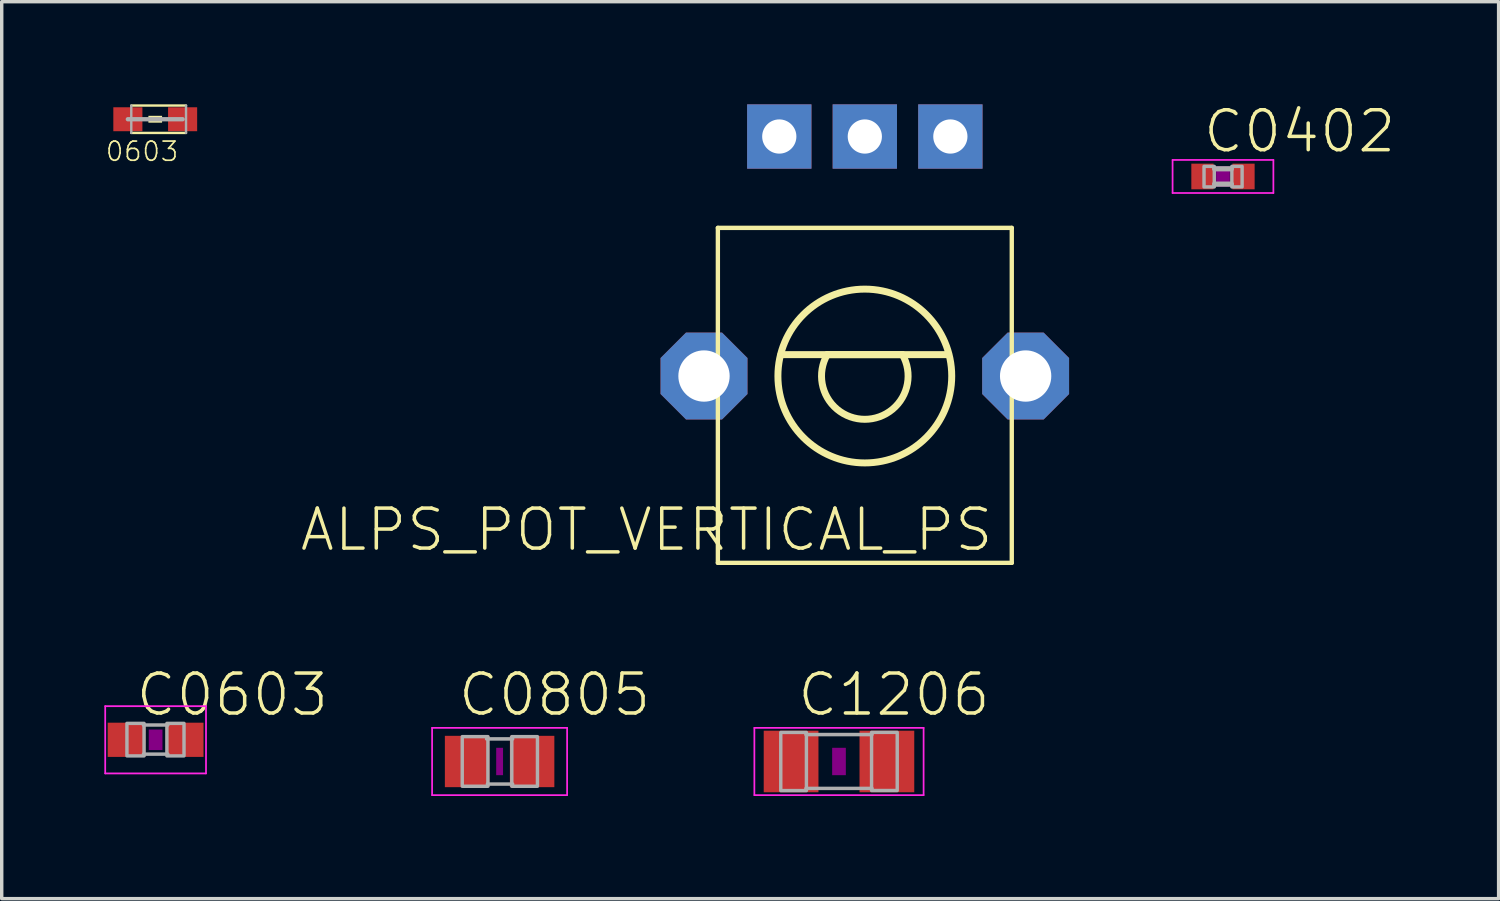
<source format=kicad_pcb>
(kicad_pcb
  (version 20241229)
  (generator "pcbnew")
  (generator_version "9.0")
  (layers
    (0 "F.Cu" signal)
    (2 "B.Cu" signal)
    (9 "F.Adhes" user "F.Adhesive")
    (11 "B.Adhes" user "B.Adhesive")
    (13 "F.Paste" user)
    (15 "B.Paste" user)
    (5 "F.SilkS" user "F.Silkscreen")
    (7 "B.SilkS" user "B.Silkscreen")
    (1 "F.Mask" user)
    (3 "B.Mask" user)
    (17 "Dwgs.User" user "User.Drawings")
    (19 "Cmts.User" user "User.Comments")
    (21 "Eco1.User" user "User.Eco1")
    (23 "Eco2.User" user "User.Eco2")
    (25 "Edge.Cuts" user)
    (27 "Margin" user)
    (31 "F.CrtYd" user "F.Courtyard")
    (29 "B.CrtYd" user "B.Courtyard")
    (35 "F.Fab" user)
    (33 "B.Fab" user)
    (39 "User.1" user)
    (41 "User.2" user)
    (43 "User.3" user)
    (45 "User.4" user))
  (footprint "ALPS_POT_VERTICAL_PS"
    (layer "F.Cu")
    (at 22.226 7.94)
    (property "Reference" "ALPS_POT_VERTICAL_PS" (at 3.81 3.81 0) (layer "F.SilkS") (effects (font (size 1.168 1.168) (thickness 0.102)) (justify right top)))
    (fp_line (start -4.295 -4.33) (end 4.295 -4.33) (stroke (width 0.127) (type solid)) (layer "F.SilkS"))
    (fp_line (start -4.295 5.46) (end -4.295 -4.33) (stroke (width 0.127) (type solid)) (layer "F.SilkS"))
    (fp_line (start -2.45 -0.625) (end 2.425 -0.625) (stroke (width 0.203) (type solid)) (layer "F.SilkS"))
    (fp_line (start -1.1 -0.625) (end 1.1 -0.625) (stroke (width 0.203) (type solid)) (layer "F.SilkS"))
    (fp_line (start 4.295 -4.33) (end 4.295 5.46) (stroke (width 0.127) (type solid)) (layer "F.SilkS"))
    (fp_line (start 4.295 5.46) (end -4.295 5.46) (stroke (width 0.127) (type solid)) (layer "F.SilkS"))
    (fp_arc (start 1.1 -0.625) (mid 0 1.265158) (end -1.1 -0.625) (stroke (width 0.2032) (type solid)) (layer "F.SilkS"))
    (fp_circle (center 0 0) (end 2.54 0) (stroke (width 0.203) (type solid)) (fill no) (layer "F.SilkS"))
    (pad "P$1" thru_hole rect (at -2.5 -7 270) (size 1.88 1.88) (drill 1) (layers "*.Cu" "*.Mask"))
    (pad "P$2" thru_hole rect (at 0 -7 270) (size 1.88 1.88) (drill 1) (layers "*.Cu" "*.Mask"))
    (pad "P$3" thru_hole rect (at 2.5 -7 270) (size 1.88 1.88) (drill 1) (layers "*.Cu" "*.Mask"))
    (pad "P$4" thru_hole roundrect (at -4.7 0 270) (size 2.54 2.54) (drill 1.5) (layers "*.Cu" "*.Mask") (roundrect_rratio 0.25) (chamfer_ratio 0.293) (chamfer top_left top_right bottom_left bottom_right))
    (pad "P$5" thru_hole roundrect (at 4.7 0 270) (size 2.54 2.54) (drill 1.5) (layers "*.Cu" "*.Mask") (roundrect_rratio 0.25) (chamfer_ratio 0.293) (chamfer top_left top_right bottom_left bottom_right)))
  (footprint "C0402"
    (layer "F.Cu")
    (at 32.694 2.108)
    (property "Reference" "C0402" (at -0.635 -0.635 0) (layer "F.SilkS") (effects (font (size 1.168 1.168) (thickness 0.102)) (justify left bottom)))
    (fp_poly (pts (xy -0.2 0.3) (xy 0.2 0.3) (xy 0.2 -0.3) (xy -0.2 -0.3)) (stroke (width 0) (type solid)) (fill yes) (layer "F.Adhes"))
    (fp_line (start -1.473 -0.483) (end 1.473 -0.483) (stroke (width 0.051) (type solid)) (layer "F.CrtYd"))
    (fp_line (start -1.473 0.483) (end -1.473 -0.483) (stroke (width 0.051) (type solid)) (layer "F.CrtYd"))
    (fp_line (start 1.473 -0.483) (end 1.473 0.483) (stroke (width 0.051) (type solid)) (layer "F.CrtYd"))
    (fp_line (start 1.473 0.483) (end -1.473 0.483) (stroke (width 0.051) (type solid)) (layer "F.CrtYd"))
    (fp_line (start -0.245 -0.224) (end 0.245 -0.224) (stroke (width 0.152) (type solid)) (layer "F.Fab"))
    (fp_line (start 0.245 0.224) (end -0.245 0.224) (stroke (width 0.152) (type solid)) (layer "F.Fab"))
    (fp_poly (pts (xy -0.554 0.305) (xy -0.254 0.305) (xy -0.254 -0.295) (xy -0.554 -0.295)) (stroke (width 0.1) (type solid)) (fill no) (layer "F.Fab"))
    (fp_poly (pts (xy 0.259 0.305) (xy 0.559 0.305) (xy 0.559 -0.295) (xy 0.259 -0.295)) (stroke (width 0.1) (type solid)) (fill no) (layer "F.Fab"))
    (pad "1" smd rect (at -0.6 0) (size 0.65 0.75) (layers "F.Cu" "F.Mask" "F.Paste"))
    (pad "2" smd rect (at 0.6 0) (size 0.65 0.75) (layers "F.Cu" "F.Mask" "F.Paste")))
  (footprint "0603"
    (layer "F.Cu")
    (at 1.587 0.435)
    (property "Reference" "0603" (at -1.587 1.27 0) (layer "F.SilkS") (effects (font (size 0.561 0.561) (thickness 0.049)) (justify left bottom)))
    (fp_line (start -0.8 -0.4) (end 0.8 -0.4) (stroke (width 0.07) (type solid)) (layer "F.SilkS"))
    (fp_line (start 0.8 0.4) (end -0.8 0.4) (stroke (width 0.07) (type solid)) (layer "F.SilkS"))
    (fp_poly (pts (xy -0.3 0.1) (xy 0.1 0.1) (xy 0.1 -0.1) (xy -0.3 -0.1)) (stroke (width 0) (type solid)) (fill yes) (layer "F.SilkS"))
    (fp_line (start -0.9 0) (end 0.7 0) (stroke (width 0.127) (type solid)) (layer "F.Fab"))
    (fp_line (start -0.8 0.4) (end -0.8 -0.4) (stroke (width 0.07) (type solid)) (layer "F.Fab"))
    (fp_line (start 0.8 -0.4) (end 0.8 0.4) (stroke (width 0.07) (type solid)) (layer "F.Fab"))
    (pad "1" smd rect (at -0.9 0) (size 0.85 0.7) (layers "F.Cu" "F.Mask" "F.Paste"))
    (pad "2" smd rect (at 0.7 0) (size 0.85 0.7) (layers "F.Cu" "F.Mask" "F.Paste")))
  (footprint "C0805"
    (layer "F.Cu")
    (at 11.552 19.206)
    (property "Reference" "C0805" (at -1.27 -1.27 0) (layer "F.SilkS") (effects (font (size 1.168 1.168) (thickness 0.102)) (justify left bottom)))
    (fp_poly (pts (xy -0.1 0.4) (xy 0.1 0.4) (xy 0.1 -0.4) (xy -0.1 -0.4)) (stroke (width 0) (type solid)) (fill yes) (layer "F.Adhes"))
    (fp_line (start -1.973 -0.983) (end 1.973 -0.983) (stroke (width 0.051) (type solid)) (layer "F.CrtYd"))
    (fp_line (start -1.973 0.983) (end -1.973 -0.983) (stroke (width 0.051) (type solid)) (layer "F.CrtYd"))
    (fp_line (start 1.973 -0.983) (end 1.973 0.983) (stroke (width 0.051) (type solid)) (layer "F.CrtYd"))
    (fp_line (start 1.973 0.983) (end -1.973 0.983) (stroke (width 0.051) (type solid)) (layer "F.CrtYd"))
    (fp_line (start -0.381 -0.66) (end 0.381 -0.66) (stroke (width 0.102) (type solid)) (layer "F.Fab"))
    (fp_line (start -0.356 0.66) (end 0.381 0.66) (stroke (width 0.102) (type solid)) (layer "F.Fab"))
    (fp_poly (pts (xy -1.092 0.724) (xy -0.342 0.724) (xy -0.342 -0.726) (xy -1.092 -0.726)) (stroke (width 0.1) (type solid)) (fill no) (layer "F.Fab"))
    (fp_poly (pts (xy 0.356 0.724) (xy 1.106 0.724) (xy 1.106 -0.726) (xy 0.356 -0.726)) (stroke (width 0.1) (type solid)) (fill no) (layer "F.Fab"))
    (pad "1" smd rect (at -0.95 0) (size 1.3 1.5) (layers "F.Cu" "F.Mask" "F.Paste"))
    (pad "2" smd rect (at 0.95 0) (size 1.3 1.5) (layers "F.Cu" "F.Mask" "F.Paste")))
  (footprint "C1206"
    (layer "F.Cu")
    (at 21.471 19.206)
    (property "Reference" "C1206" (at -1.27 -1.27 0) (layer "F.SilkS") (effects (font (size 1.168 1.168) (thickness 0.102)) (justify left bottom)))
    (fp_poly (pts (xy -0.2 0.4) (xy 0.2 0.4) (xy 0.2 -0.4) (xy -0.2 -0.4)) (stroke (width 0) (type solid)) (fill yes) (layer "F.Adhes"))
    (fp_line (start -2.473 -0.983) (end 2.473 -0.983) (stroke (width 0.051) (type solid)) (layer "F.CrtYd"))
    (fp_line (start -2.473 0.983) (end -2.473 -0.983) (stroke (width 0.051) (type solid)) (layer "F.CrtYd"))
    (fp_line (start 2.473 -0.983) (end 2.473 0.983) (stroke (width 0.051) (type solid)) (layer "F.CrtYd"))
    (fp_line (start 2.473 0.983) (end -2.473 0.983) (stroke (width 0.051) (type solid)) (layer "F.CrtYd"))
    (fp_line (start -0.965 -0.787) (end 0.965 -0.787) (stroke (width 0.102) (type solid)) (layer "F.Fab"))
    (fp_line (start -0.965 0.787) (end 0.965 0.787) (stroke (width 0.102) (type solid)) (layer "F.Fab"))
    (fp_poly (pts (xy -1.702 0.851) (xy -0.952 0.851) (xy -0.952 -0.849) (xy -1.702 -0.849)) (stroke (width 0.1) (type solid)) (fill no) (layer "F.Fab"))
    (fp_poly (pts (xy 0.952 0.849) (xy 1.702 0.849) (xy 1.702 -0.851) (xy 0.952 -0.851)) (stroke (width 0.1) (type solid)) (fill no) (layer "F.Fab"))
    (pad "1" smd rect (at -1.4 0) (size 1.6 1.8) (layers "F.Cu" "F.Mask" "F.Paste"))
    (pad "2" smd rect (at 1.4 0) (size 1.6 1.8) (layers "F.Cu" "F.Mask" "F.Paste")))
  (footprint "C0603"
    (layer "F.Cu")
    (at 1.498 18.572)
    (property "Reference" "C0603" (at -0.635 -0.635 0) (layer "F.SilkS") (effects (font (size 1.168 1.168) (thickness 0.102)) (justify left bottom)))
    (fp_poly (pts (xy -0.2 0.3) (xy 0.2 0.3) (xy 0.2 -0.3) (xy -0.2 -0.3)) (stroke (width 0) (type solid)) (fill yes) (layer "F.Adhes"))
    (fp_line (start -1.473 -0.983) (end 1.473 -0.983) (stroke (width 0.051) (type solid)) (layer "F.CrtYd"))
    (fp_line (start -1.473 0.983) (end -1.473 -0.983) (stroke (width 0.051) (type solid)) (layer "F.CrtYd"))
    (fp_line (start 1.473 -0.983) (end 1.473 0.983) (stroke (width 0.051) (type solid)) (layer "F.CrtYd"))
    (fp_line (start 1.473 0.983) (end -1.473 0.983) (stroke (width 0.051) (type solid)) (layer "F.CrtYd"))
    (fp_line (start -0.356 -0.432) (end 0.356 -0.432) (stroke (width 0.102) (type solid)) (layer "F.Fab"))
    (fp_line (start -0.356 0.419) (end 0.356 0.419) (stroke (width 0.102) (type solid)) (layer "F.Fab"))
    (fp_poly (pts (xy -0.838 0.47) (xy -0.338 0.47) (xy -0.338 -0.48) (xy -0.838 -0.48)) (stroke (width 0.1) (type solid)) (fill no) (layer "F.Fab"))
    (fp_poly (pts (xy 0.33 0.47) (xy 0.83 0.47) (xy 0.83 -0.48) (xy 0.33 -0.48)) (stroke (width 0.1) (type solid)) (fill no) (layer "F.Fab"))
    (pad "1" smd rect (at -0.85 0) (size 1.1 1) (layers "F.Cu" "F.Mask" "F.Paste"))
    (pad "2" smd rect (at 0.85 0) (size 1.1 1) (layers "F.Cu" "F.Mask" "F.Paste")))
  (gr_rect
    (start -3 -3)
    (end 40.75 23.215)
    (stroke (width 0.1) (type default))
    (fill no)
    (layer "Edge.Cuts")))
</source>
